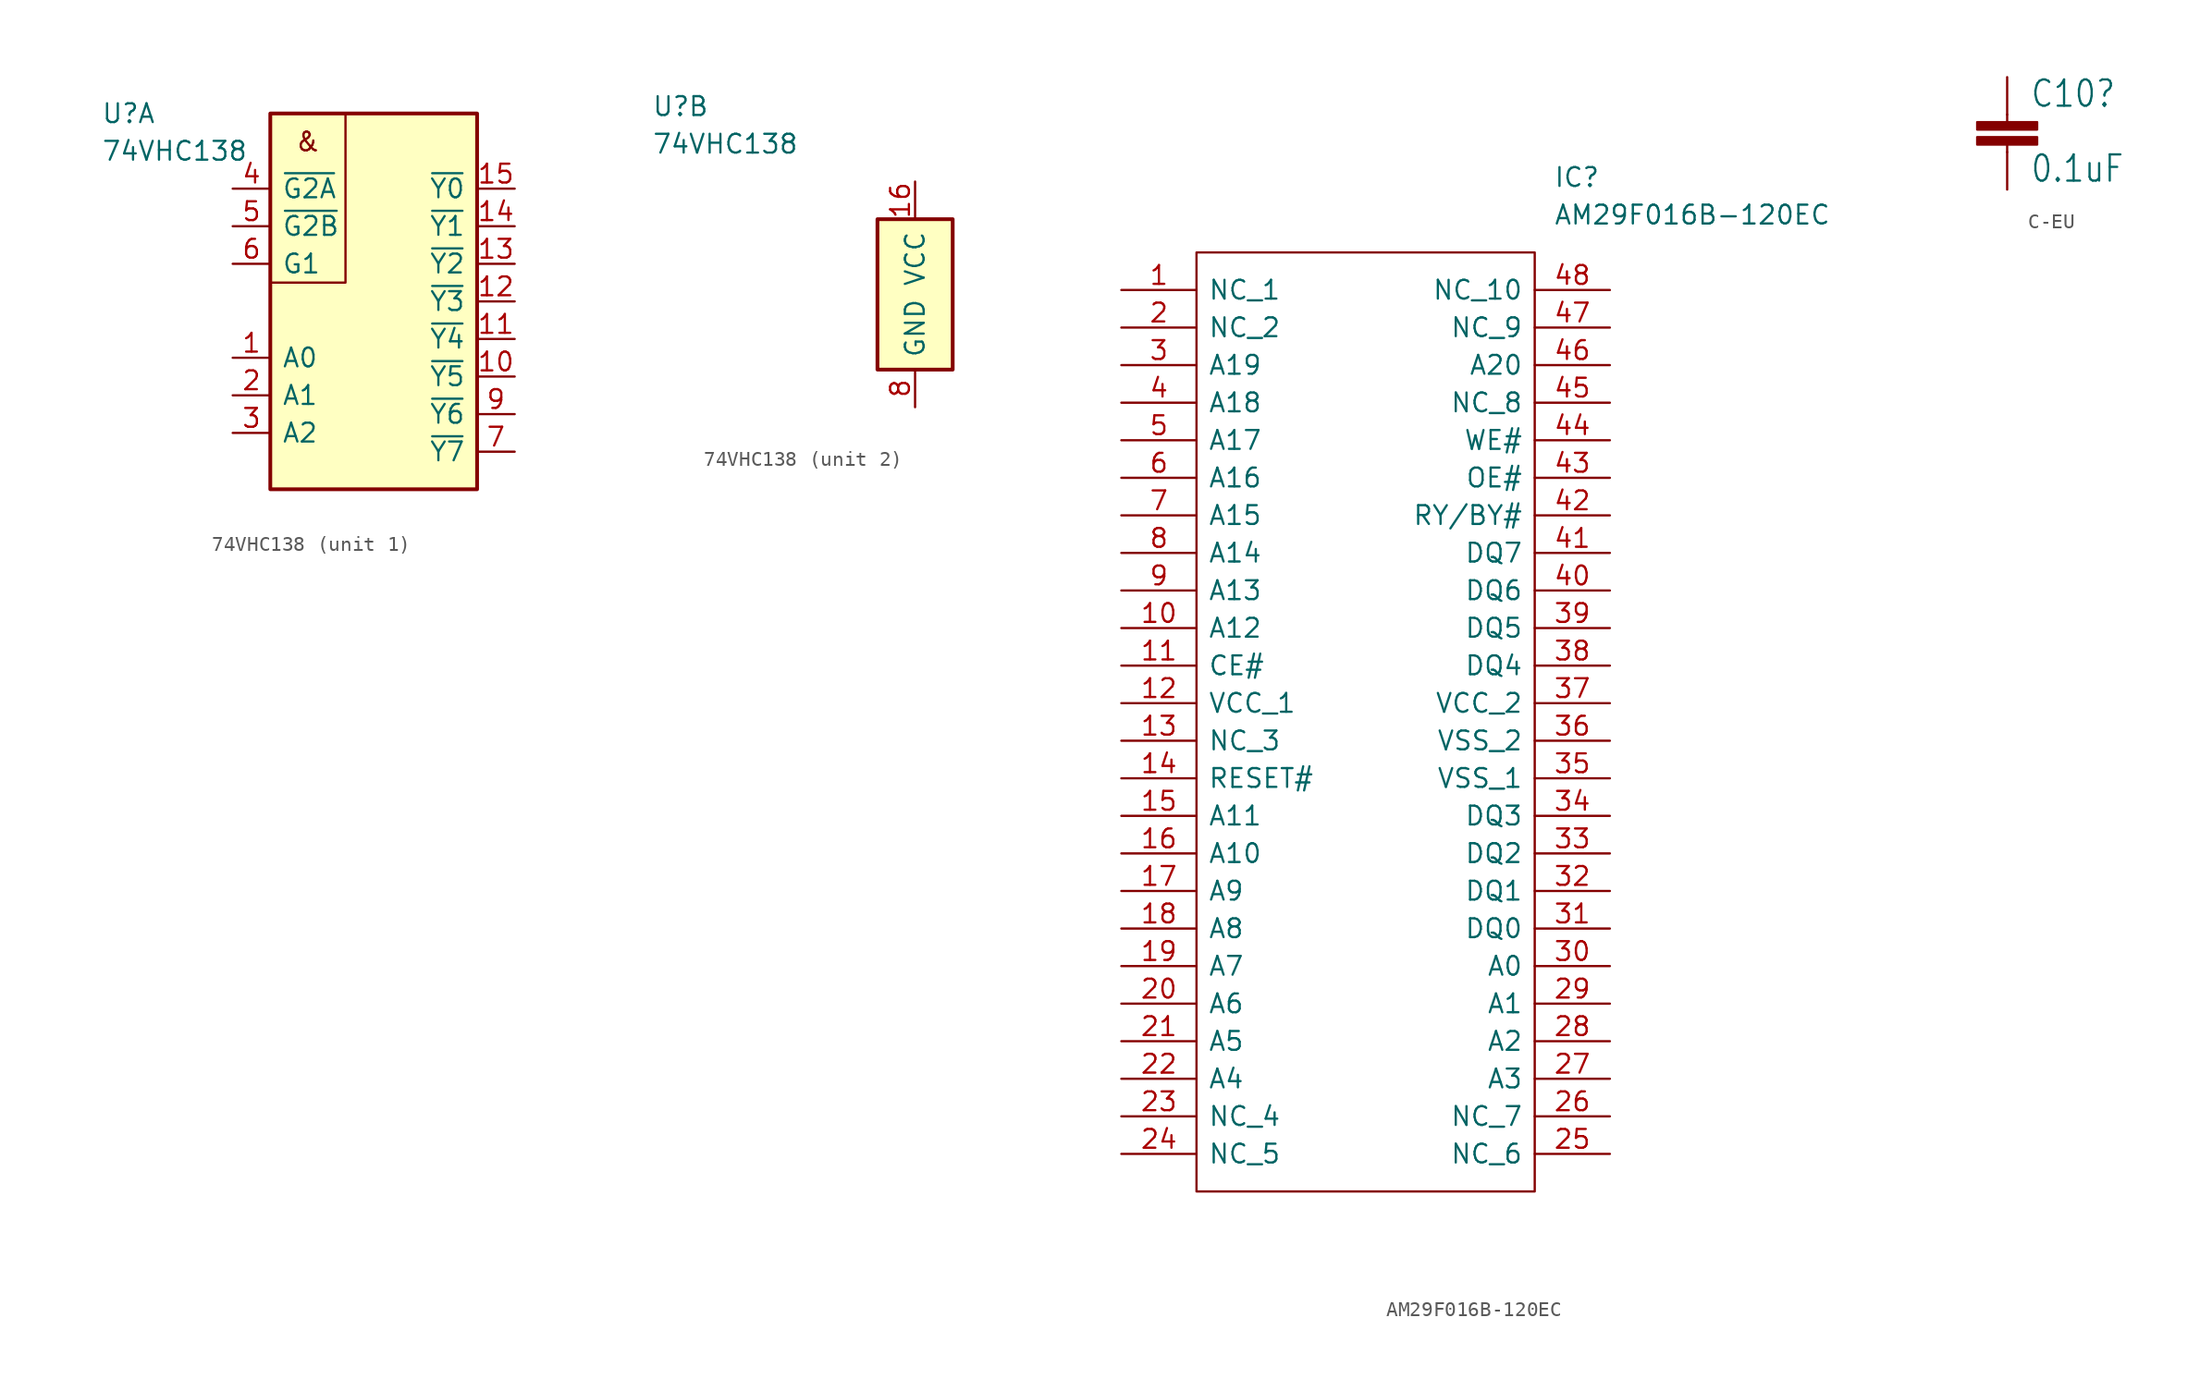
<source format=kicad_sym>
(kicad_symbol_lib
  (version 20220914)
  (generator kicad_symbol_editor)
  (symbol "74VHC138"
    (pin_names
      (offset 0.762))
    (property "Reference" "U"
      (at -17.78 12.7 0)
      (effects (font (size 1.27 1.27)) (justify left)))
    (property "Value" "74VHC138"
      (at -17.78 10.16 0)
      (effects (font (size 1.27 1.27)) (justify left)))
    (property "ki_locked" ""
      (at 0 0 0)
      (effects (font (size 1.27 1.27))))
    (symbol "74VHC138_1_0"
      (polyline (pts (xy -1.27 12.7) (xy -1.27 1.27) (xy -6.35 1.27) (xy -6.35 1.27)) (stroke (width 0) (type default)) (fill (type none)))
      (text "&" (at -3.81 10.795 0) (effects (font (size 1.27 1.27)))))
    (symbol "74VHC138_1_1"
      (rectangle (start -6.35 12.7) (end 7.62 -12.7) (stroke (width 0.254) (type default)) (fill (type background)))
      (pin input line (at -8.89 -3.81 0) (length 2.54) (name "A0" (effects (font (size 1.27 1.27)))) (number "1" (effects (font (size 1.27 1.27)))))
      (pin output line (at 10.16 -5.08 180) (length 2.54) (name "~{Y5}" (effects (font (size 1.27 1.27)))) (number "10" (effects (font (size 1.27 1.27)))))
      (pin output line (at 10.16 -2.54 180) (length 2.54) (name "~{Y4}" (effects (font (size 1.27 1.27)))) (number "11" (effects (font (size 1.27 1.27)))))
      (pin output line (at 10.16 0 180) (length 2.54) (name "~{Y3}" (effects (font (size 1.27 1.27)))) (number "12" (effects (font (size 1.27 1.27)))))
      (pin output line (at 10.16 2.54 180) (length 2.54) (name "~{Y2}" (effects (font (size 1.27 1.27)))) (number "13" (effects (font (size 1.27 1.27)))))
      (pin output line (at 10.16 5.08 180) (length 2.54) (name "~{Y1}" (effects (font (size 1.27 1.27)))) (number "14" (effects (font (size 1.27 1.27)))))
      (pin output line (at 10.16 7.62 180) (length 2.54) (name "~{Y0}" (effects (font (size 1.27 1.27)))) (number "15" (effects (font (size 1.27 1.27)))))
      (pin input line (at -8.89 -6.35 0) (length 2.54) (name "A1" (effects (font (size 1.27 1.27)))) (number "2" (effects (font (size 1.27 1.27)))))
      (pin input line (at -8.89 -8.89 0) (length 2.54) (name "A2" (effects (font (size 1.27 1.27)))) (number "3" (effects (font (size 1.27 1.27)))))
      (pin input line (at -8.89 7.62 0) (length 2.54) (name "~{G2A}" (effects (font (size 1.27 1.27)))) (number "4" (effects (font (size 1.27 1.27)))))
      (pin input line (at -8.89 5.08 0) (length 2.54) (name "~{G2B}" (effects (font (size 1.27 1.27)))) (number "5" (effects (font (size 1.27 1.27)))))
      (pin input line (at -8.89 2.54 0) (length 2.54) (name "G1" (effects (font (size 1.27 1.27)))) (number "6" (effects (font (size 1.27 1.27)))))
      (pin output line (at 10.16 -10.16 180) (length 2.54) (name "~{Y7}" (effects (font (size 1.27 1.27)))) (number "7" (effects (font (size 1.27 1.27)))))
      (pin output line (at 10.16 -7.62 180) (length 2.54) (name "~{Y6}" (effects (font (size 1.27 1.27)))) (number "9" (effects (font (size 1.27 1.27))))))
    (symbol "74VHC138_2_0"
      (rectangle (start -2.54 5.08) (end 2.54 -5.08) (stroke (width 0.254) (type default)) (fill (type background)))
      (pin power_in line (at 0 7.62 270) (length 2.54) (name "VCC" (effects (font (size 1.27 1.27)))) (number "16" (effects (font (size 1.27 1.27))))))
    (symbol "74VHC138_2_1"
      (pin power_in line (at 0 -7.62 90) (length 2.54) (name "GND" (effects (font (size 1.27 1.27)))) (number "8" (effects (font (size 1.27 1.27)))))))
  (symbol "AM29F016B-120EC"
    (pin_names
      (offset 0.762))
    (property "Reference" "IC"
      (at 29.21 7.62 0)
      (effects (font (size 1.27 1.27)) (justify left)))
    (property "Value" "AM29F016B-120EC"
      (at 29.21 5.08 0)
      (effects (font (size 1.27 1.27)) (justify left)))
    (symbol "AM29F016B-120EC_0_0"
      (pin passive line (at 0 0 0) (length 5.08) (name "NC_1" (effects (font (size 1.27 1.27)))) (number "1" (effects (font (size 1.27 1.27)))))
      (pin passive line (at 0 -22.86 0) (length 5.08) (name "A12" (effects (font (size 1.27 1.27)))) (number "10" (effects (font (size 1.27 1.27)))))
      (pin passive line (at 0 -25.4 0) (length 5.08) (name "CE#" (effects (font (size 1.27 1.27)))) (number "11" (effects (font (size 1.27 1.27)))))
      (pin passive line (at 0 -27.94 0) (length 5.08) (name "VCC_1" (effects (font (size 1.27 1.27)))) (number "12" (effects (font (size 1.27 1.27)))))
      (pin passive line (at 0 -30.48 0) (length 5.08) (name "NC_3" (effects (font (size 1.27 1.27)))) (number "13" (effects (font (size 1.27 1.27)))))
      (pin passive line (at 0 -33.02 0) (length 5.08) (name "RESET#" (effects (font (size 1.27 1.27)))) (number "14" (effects (font (size 1.27 1.27)))))
      (pin passive line (at 0 -35.56 0) (length 5.08) (name "A11" (effects (font (size 1.27 1.27)))) (number "15" (effects (font (size 1.27 1.27)))))
      (pin passive line (at 0 -38.1 0) (length 5.08) (name "A10" (effects (font (size 1.27 1.27)))) (number "16" (effects (font (size 1.27 1.27)))))
      (pin passive line (at 0 -40.64 0) (length 5.08) (name "A9" (effects (font (size 1.27 1.27)))) (number "17" (effects (font (size 1.27 1.27)))))
      (pin passive line (at 0 -43.18 0) (length 5.08) (name "A8" (effects (font (size 1.27 1.27)))) (number "18" (effects (font (size 1.27 1.27)))))
      (pin passive line (at 0 -45.72 0) (length 5.08) (name "A7" (effects (font (size 1.27 1.27)))) (number "19" (effects (font (size 1.27 1.27)))))
      (pin passive line (at 0 -2.54 0) (length 5.08) (name "NC_2" (effects (font (size 1.27 1.27)))) (number "2" (effects (font (size 1.27 1.27)))))
      (pin passive line (at 0 -48.26 0) (length 5.08) (name "A6" (effects (font (size 1.27 1.27)))) (number "20" (effects (font (size 1.27 1.27)))))
      (pin passive line (at 0 -50.8 0) (length 5.08) (name "A5" (effects (font (size 1.27 1.27)))) (number "21" (effects (font (size 1.27 1.27)))))
      (pin passive line (at 0 -53.34 0) (length 5.08) (name "A4" (effects (font (size 1.27 1.27)))) (number "22" (effects (font (size 1.27 1.27)))))
      (pin passive line (at 0 -55.88 0) (length 5.08) (name "NC_4" (effects (font (size 1.27 1.27)))) (number "23" (effects (font (size 1.27 1.27)))))
      (pin passive line (at 0 -58.42 0) (length 5.08) (name "NC_5" (effects (font (size 1.27 1.27)))) (number "24" (effects (font (size 1.27 1.27)))))
      (pin passive line (at 33.02 -58.42 180) (length 5.08) (name "NC_6" (effects (font (size 1.27 1.27)))) (number "25" (effects (font (size 1.27 1.27)))))
      (pin passive line (at 33.02 -55.88 180) (length 5.08) (name "NC_7" (effects (font (size 1.27 1.27)))) (number "26" (effects (font (size 1.27 1.27)))))
      (pin passive line (at 33.02 -53.34 180) (length 5.08) (name "A3" (effects (font (size 1.27 1.27)))) (number "27" (effects (font (size 1.27 1.27)))))
      (pin passive line (at 33.02 -50.8 180) (length 5.08) (name "A2" (effects (font (size 1.27 1.27)))) (number "28" (effects (font (size 1.27 1.27)))))
      (pin passive line (at 33.02 -48.26 180) (length 5.08) (name "A1" (effects (font (size 1.27 1.27)))) (number "29" (effects (font (size 1.27 1.27)))))
      (pin passive line (at 0 -5.08 0) (length 5.08) (name "A19" (effects (font (size 1.27 1.27)))) (number "3" (effects (font (size 1.27 1.27)))))
      (pin passive line (at 33.02 -45.72 180) (length 5.08) (name "A0" (effects (font (size 1.27 1.27)))) (number "30" (effects (font (size 1.27 1.27)))))
      (pin passive line (at 33.02 -43.18 180) (length 5.08) (name "DQ0" (effects (font (size 1.27 1.27)))) (number "31" (effects (font (size 1.27 1.27)))))
      (pin passive line (at 33.02 -40.64 180) (length 5.08) (name "DQ1" (effects (font (size 1.27 1.27)))) (number "32" (effects (font (size 1.27 1.27)))))
      (pin passive line (at 33.02 -38.1 180) (length 5.08) (name "DQ2" (effects (font (size 1.27 1.27)))) (number "33" (effects (font (size 1.27 1.27)))))
      (pin passive line (at 33.02 -35.56 180) (length 5.08) (name "DQ3" (effects (font (size 1.27 1.27)))) (number "34" (effects (font (size 1.27 1.27)))))
      (pin passive line (at 33.02 -33.02 180) (length 5.08) (name "VSS_1" (effects (font (size 1.27 1.27)))) (number "35" (effects (font (size 1.27 1.27)))))
      (pin passive line (at 33.02 -30.48 180) (length 5.08) (name "VSS_2" (effects (font (size 1.27 1.27)))) (number "36" (effects (font (size 1.27 1.27)))))
      (pin passive line (at 33.02 -27.94 180) (length 5.08) (name "VCC_2" (effects (font (size 1.27 1.27)))) (number "37" (effects (font (size 1.27 1.27)))))
      (pin passive line (at 33.02 -25.4 180) (length 5.08) (name "DQ4" (effects (font (size 1.27 1.27)))) (number "38" (effects (font (size 1.27 1.27)))))
      (pin passive line (at 33.02 -22.86 180) (length 5.08) (name "DQ5" (effects (font (size 1.27 1.27)))) (number "39" (effects (font (size 1.27 1.27)))))
      (pin passive line (at 0 -7.62 0) (length 5.08) (name "A18" (effects (font (size 1.27 1.27)))) (number "4" (effects (font (size 1.27 1.27)))))
      (pin passive line (at 33.02 -20.32 180) (length 5.08) (name "DQ6" (effects (font (size 1.27 1.27)))) (number "40" (effects (font (size 1.27 1.27)))))
      (pin passive line (at 33.02 -17.78 180) (length 5.08) (name "DQ7" (effects (font (size 1.27 1.27)))) (number "41" (effects (font (size 1.27 1.27)))))
      (pin passive line (at 33.02 -15.24 180) (length 5.08) (name "RY/BY#" (effects (font (size 1.27 1.27)))) (number "42" (effects (font (size 1.27 1.27)))))
      (pin passive line (at 33.02 -12.7 180) (length 5.08) (name "OE#" (effects (font (size 1.27 1.27)))) (number "43" (effects (font (size 1.27 1.27)))))
      (pin passive line (at 33.02 -10.16 180) (length 5.08) (name "WE#" (effects (font (size 1.27 1.27)))) (number "44" (effects (font (size 1.27 1.27)))))
      (pin passive line (at 33.02 -7.62 180) (length 5.08) (name "NC_8" (effects (font (size 1.27 1.27)))) (number "45" (effects (font (size 1.27 1.27)))))
      (pin passive line (at 33.02 -5.08 180) (length 5.08) (name "A20" (effects (font (size 1.27 1.27)))) (number "46" (effects (font (size 1.27 1.27)))))
      (pin passive line (at 33.02 -2.54 180) (length 5.08) (name "NC_9" (effects (font (size 1.27 1.27)))) (number "47" (effects (font (size 1.27 1.27)))))
      (pin passive line (at 33.02 0 180) (length 5.08) (name "NC_10" (effects (font (size 1.27 1.27)))) (number "48" (effects (font (size 1.27 1.27)))))
      (pin passive line (at 0 -10.16 0) (length 5.08) (name "A17" (effects (font (size 1.27 1.27)))) (number "5" (effects (font (size 1.27 1.27)))))
      (pin passive line (at 0 -12.7 0) (length 5.08) (name "A16" (effects (font (size 1.27 1.27)))) (number "6" (effects (font (size 1.27 1.27)))))
      (pin passive line (at 0 -15.24 0) (length 5.08) (name "A15" (effects (font (size 1.27 1.27)))) (number "7" (effects (font (size 1.27 1.27)))))
      (pin passive line (at 0 -17.78 0) (length 5.08) (name "A14" (effects (font (size 1.27 1.27)))) (number "8" (effects (font (size 1.27 1.27)))))
      (pin passive line (at 0 -20.32 0) (length 5.08) (name "A13" (effects (font (size 1.27 1.27)))) (number "9" (effects (font (size 1.27 1.27))))))
    (symbol "AM29F016B-120EC_0_1"
      (polyline (pts (xy 5.08 2.54) (xy 27.94 2.54) (xy 27.94 -60.96) (xy 5.08 -60.96) (xy 5.08 2.54)) (stroke (width 0.152) (type solid)) (fill (type none)))))
  (symbol "C-EU"
    (property "Reference" "C10"
      (at 1.524 0.381 0)
      (effects (font (size 1.778 1.511)) (justify left bottom)))
    (property "Value" "0.1uF"
      (at 1.524 -4.699 0)
      (effects (font (size 1.778 1.511)) (justify left bottom)))
    (property "ki_locked" ""
      (at 0 0 0)
      (effects (font (size 1.27 1.27))))
    (symbol "C-EU_1_0"
      (rectangle (start -2.032 -2.032) (end 2.032 -1.524) (stroke (width 0) (type default)) (fill (type outline)))
      (rectangle (start -2.032 -1.016) (end 2.032 -0.508) (stroke (width 0) (type default)) (fill (type outline)))
      (polyline (pts (xy 0 -2.54) (xy 0 -2.032)) (stroke (width 0.152) (type default)) (fill (type none)))
      (polyline (pts (xy 0 0) (xy 0 -0.508)) (stroke (width 0.152) (type default)) (fill (type none)))
      (pin passive line (at 0 2.54 270) (length 2.54) (name "1" (effects (font (size 0 0)))) (number "1" (effects (font (size 0 0)))))
      (pin passive line (at 0 -5.08 90) (length 2.54) (name "2" (effects (font (size 0 0)))) (number "2" (effects (font (size 0 0))))))))
</source>
